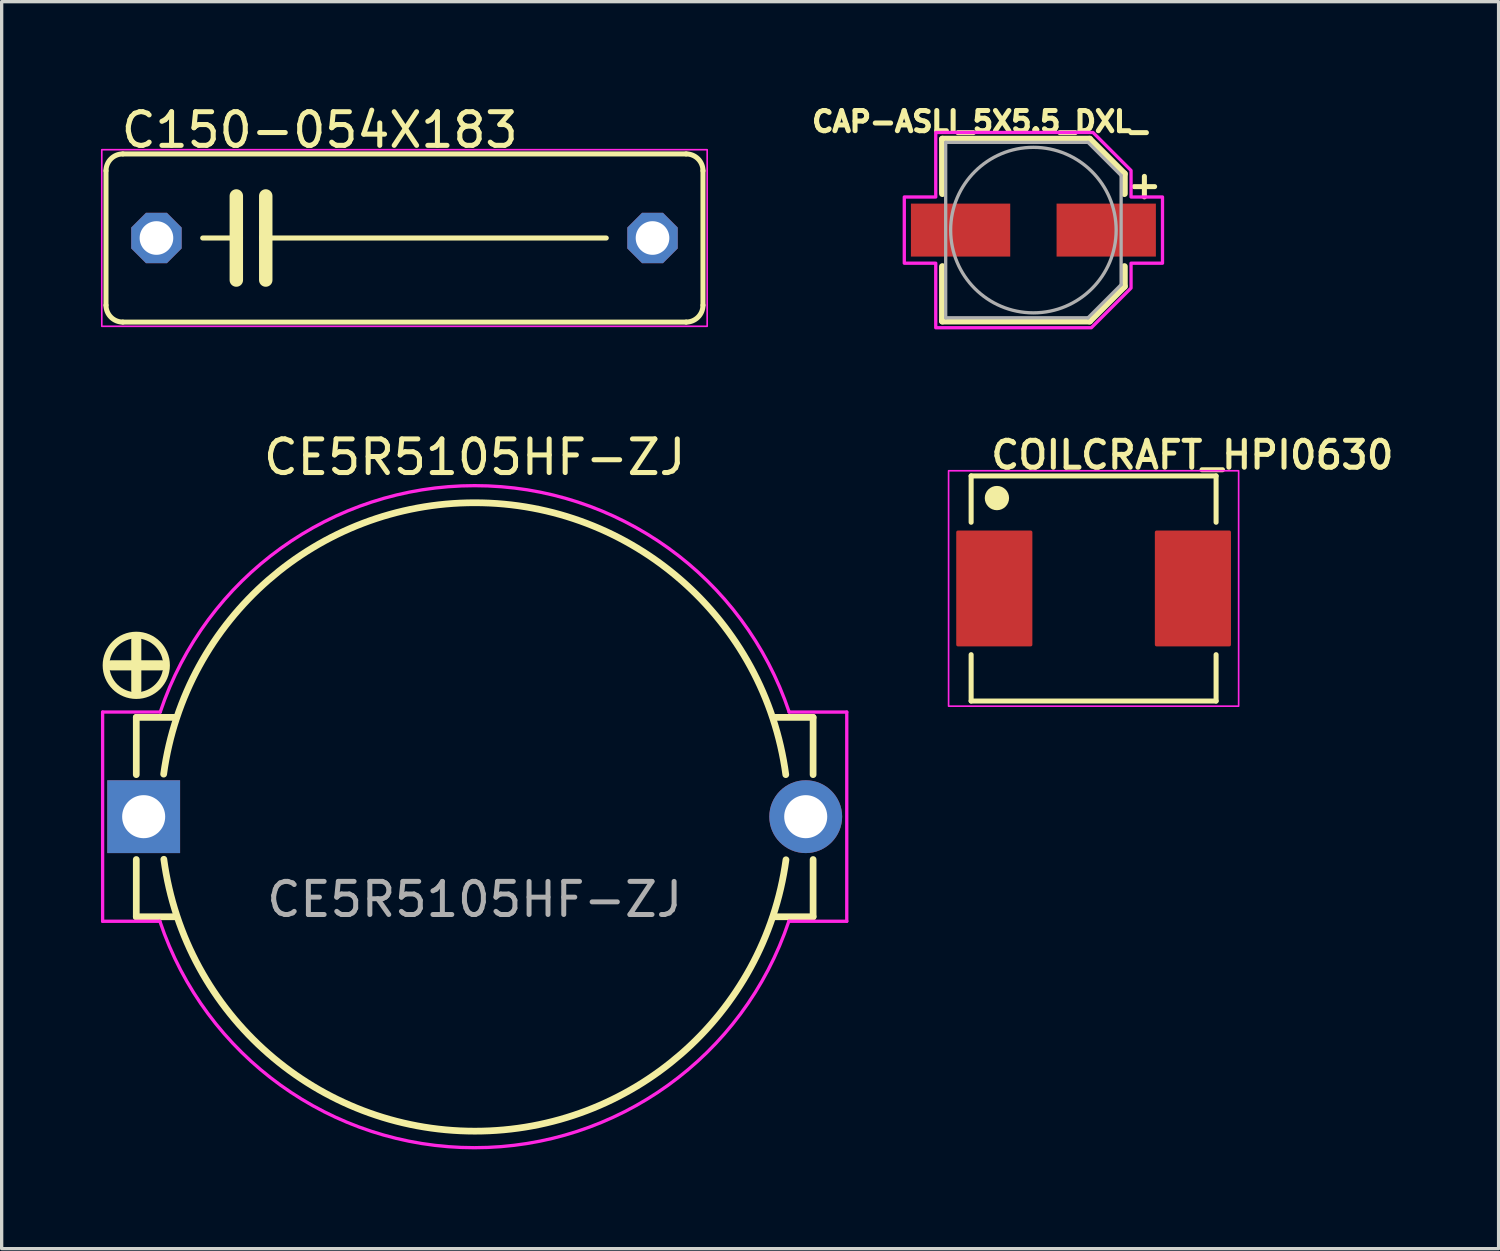
<source format=kicad_pcb>
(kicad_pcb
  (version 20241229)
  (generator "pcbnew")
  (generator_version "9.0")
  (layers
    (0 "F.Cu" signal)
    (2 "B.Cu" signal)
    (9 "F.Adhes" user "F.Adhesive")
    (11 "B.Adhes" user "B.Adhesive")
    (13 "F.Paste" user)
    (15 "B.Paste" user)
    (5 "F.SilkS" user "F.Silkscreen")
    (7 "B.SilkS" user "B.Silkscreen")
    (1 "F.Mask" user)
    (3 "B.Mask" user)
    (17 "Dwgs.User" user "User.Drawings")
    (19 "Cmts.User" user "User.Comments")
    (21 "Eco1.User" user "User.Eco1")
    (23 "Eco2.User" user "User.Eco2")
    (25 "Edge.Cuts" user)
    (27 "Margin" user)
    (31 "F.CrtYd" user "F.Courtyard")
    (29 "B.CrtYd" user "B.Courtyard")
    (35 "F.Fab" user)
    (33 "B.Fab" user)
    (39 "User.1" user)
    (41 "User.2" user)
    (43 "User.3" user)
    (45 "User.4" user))
  (footprint "CE5R5105HF-ZJ"
    (layer "F.Cu")
    (at 11.29 21.621)
    (property "Reference" "CE5R5105HF-ZJ" (at 0 -10.858 0) (unlocked yes) (layer "F.SilkS") (effects (font (size 1.016 1.016) (thickness 0.152))))
    (attr through_hole)
    (fp_line (start -10.223 -5.334) (end -10.223 -3.81) (stroke (width 0.305) (type solid)) (layer "F.SilkS"))
    (fp_line (start -10.223 -3) (end -10.223 -1.27) (stroke (width 0.203) (type default)) (layer "F.SilkS"))
    (fp_line (start -10.223 3.024) (end -10.223 1.294) (stroke (width 0.203) (type default)) (layer "F.SilkS"))
    (fp_line (start -9.461 -4.572) (end -10.986 -4.572) (stroke (width 0.305) (type solid)) (layer "F.SilkS"))
    (fp_line (start -9.017 -3) (end -10.223 -3) (stroke (width 0.203) (type default)) (layer "F.SilkS"))
    (fp_line (start -9.017 3.024) (end -10.223 3.024) (stroke (width 0.203) (type default)) (layer "F.SilkS"))
    (fp_line (start 9.017 -3) (end 10.223 -3) (stroke (width 0.203) (type default)) (layer "F.SilkS"))
    (fp_line (start 9.017 3.024) (end 10.223 3.024) (stroke (width 0.203) (type default)) (layer "F.SilkS"))
    (fp_line (start 10.223 -3) (end 10.223 -1.27) (stroke (width 0.203) (type default)) (layer "F.SilkS"))
    (fp_line (start 10.223 3.024) (end 10.223 1.294) (stroke (width 0.203) (type default)) (layer "F.SilkS"))
    (fp_arc (start -9.395971 -1.284919) (mid 0.007527 -9.483419) (end 9.397999 -1.27) (stroke (width 0.2032) (type default)) (layer "F.SilkS"))
    (fp_arc (start 9.403498 1.3015) (mid -0.000001 9.5) (end -9.390472 1.286581) (stroke (width 0.2032) (type default)) (layer "F.SilkS"))
    (fp_circle (center -10.223 -4.572) (end -9.309 -4.572) (stroke (width 0.203) (type solid)) (fill no) (layer "F.SilkS"))
    (fp_line (start -11.24 -3.161) (end -11.24 3.16) (stroke (width 0.1) (type default)) (layer "F.CrtYd"))
    (fp_line (start -9.51 3.16) (end -11.24 3.16) (stroke (width 0.1) (type default)) (layer "F.CrtYd"))
    (fp_line (start -9.499 -3.161) (end -11.24 -3.161) (stroke (width 0.1) (type default)) (layer "F.CrtYd"))
    (fp_line (start 11.24 -3.16) (end 9.5 -3.16) (stroke (width 0.1) (type default)) (layer "F.CrtYd"))
    (fp_line (start 11.24 -3.16) (end 11.24 3.16) (stroke (width 0.1) (type default)) (layer "F.CrtYd"))
    (fp_line (start 11.24 3.16) (end 9.49 3.16) (stroke (width 0.1) (type default)) (layer "F.CrtYd"))
    (fp_arc (start -9.499443 -3.161422) (mid 0 -10.000044) (end 9.499443 -3.161422) (stroke (width 0.1) (type default)) (layer "F.CrtYd"))
    (fp_arc (start 9.489443 3.161422) (mid -0.01 10.000045) (end -9.509443 3.161422) (stroke (width 0.1) (type default)) (layer "F.CrtYd"))
    (fp_text user "${REFERENCE}" (at 0 2.5 0) (unlocked yes) (layer "F.Fab") (effects (font (size 1 1) (thickness 0.15))))
    (pad "+" thru_hole rect (at -10 0) (size 2.2 2.2) (drill 1.3) (layers "*.Cu" "*.Mask"))
    (pad "-" thru_hole circle (at 10 0) (size 2.2 2.2) (drill 1.3) (layers "*.Cu" "*.Mask")))
  (footprint "C150-054X183"
    (layer "F.Cu")
    (at 9.169 4.14)
    (property "Reference" "C150-054X183" (at -8.636 -2.667 0) (layer "F.SilkS") (effects (font (size 1.016 1.016) (thickness 0.152)) (justify left bottom)))
    (attr through_hole)
    (fp_line (start -9.017 2.032) (end -9.017 -2.032) (stroke (width 0.152) (type solid)) (layer "F.SilkS"))
    (fp_line (start -8.509 -2.54) (end 8.509 -2.54) (stroke (width 0.152) (type solid)) (layer "F.SilkS"))
    (fp_line (start -5.08 -1.27) (end -5.08 0) (stroke (width 0.406) (type solid)) (layer "F.SilkS"))
    (fp_line (start -5.08 0) (end -6.096 0) (stroke (width 0.152) (type solid)) (layer "F.SilkS"))
    (fp_line (start -5.08 0) (end -5.08 1.27) (stroke (width 0.406) (type solid)) (layer "F.SilkS"))
    (fp_line (start -4.191 -1.27) (end -4.191 0) (stroke (width 0.406) (type solid)) (layer "F.SilkS"))
    (fp_line (start -4.191 0) (end -4.191 1.27) (stroke (width 0.406) (type solid)) (layer "F.SilkS"))
    (fp_line (start -4.191 0) (end 6.096 0) (stroke (width 0.152) (type solid)) (layer "F.SilkS"))
    (fp_line (start 8.509 2.54) (end -8.509 2.54) (stroke (width 0.152) (type solid)) (layer "F.SilkS"))
    (fp_line (start 9.017 -2.032) (end 9.017 2.032) (stroke (width 0.152) (type solid)) (layer "F.SilkS"))
    (fp_arc (start -9.017 -2.032) (mid -8.86821 -2.39121) (end -8.509 -2.54) (stroke (width 0.1524) (type solid)) (layer "F.SilkS"))
    (fp_arc (start -8.509 2.54) (mid -8.86821 2.39121) (end -9.017 2.032) (stroke (width 0.1524) (type solid)) (layer "F.SilkS"))
    (fp_arc (start 8.509 -2.54) (mid 8.86821 -2.39121) (end 9.017 -2.032) (stroke (width 0.1524) (type solid)) (layer "F.SilkS"))
    (fp_arc (start 9.017 2.032) (mid 8.86821 2.39121) (end 8.509 2.54) (stroke (width 0.1524) (type solid)) (layer "F.SilkS"))
    (fp_rect (start -9.144 -2.667) (end 9.144 2.667) (stroke (width 0.05) (type default)) (fill no) (layer "F.CrtYd"))
    (pad "1" thru_hole roundrect (at -7.493 0) (size 1.524 1.524) (drill 1.016) (layers "*.Cu" "*.Mask") (roundrect_rratio 0.25) (chamfer_ratio 0.293) (chamfer top_left top_right bottom_left bottom_right))
    (pad "2" thru_hole roundrect (at 7.493 0) (size 1.524 1.524) (drill 1.016) (layers "*.Cu" "*.Mask") (roundrect_rratio 0.25) (chamfer_ratio 0.293) (chamfer top_left top_right bottom_left bottom_right)))
  (footprint "COILCRAFT_HPI0630"
    (layer "F.Cu")
    (at 29.987 14.727)
    (property "Reference" "COILCRAFT_HPI0630" (at -3.175 -3.556 0) (layer "F.SilkS") (effects (font (size 0.813 0.813) (thickness 0.152) (bold yes)) (justify left bottom)))
    (attr smd)
    (fp_line (start -3.7 -3.4) (end -3.7 -2) (stroke (width 0.152) (type solid)) (layer "F.SilkS"))
    (fp_line (start -3.7 -3.4) (end 3.7 -3.4) (stroke (width 0.152) (type solid)) (layer "F.SilkS"))
    (fp_line (start -3.7 2) (end -3.7 3.4) (stroke (width 0.152) (type solid)) (layer "F.SilkS"))
    (fp_line (start -3.7 3.4) (end 3.7 3.4) (stroke (width 0.152) (type solid)) (layer "F.SilkS"))
    (fp_line (start 3.7 -3.4) (end 3.7 -2) (stroke (width 0.152) (type solid)) (layer "F.SilkS"))
    (fp_line (start 3.7 2) (end 3.7 3.4) (stroke (width 0.152) (type solid)) (layer "F.SilkS"))
    (fp_circle (center -2.921 -2.731) (end -2.579 -2.731) (stroke (width 0.05) (type solid)) (fill yes) (layer "F.SilkS"))
    (fp_rect (start -4.381 -3.556) (end 4.381 3.556) (stroke (width 0.05) (type default)) (fill no) (layer "F.CrtYd"))
    (pad "1" smd roundrect (at -3 0 90) (size 3.5 2.3) (layers "F.Cu" "F.Mask" "F.Paste") (roundrect_rratio 0.022))
    (pad "2" smd roundrect (at 3 0 90) (size 3.5 2.3) (layers "F.Cu" "F.Mask" "F.Paste") (roundrect_rratio 0.022)))
  (footprint "CAP-ASLI_5X5.5_DXL_"
    (layer "F.Cu")
    (at 28.168 3.901)
    (property "Reference" "CAP-ASLI_5X5.5_DXL_" (at -1.626 -3.277 0) (layer "F.SilkS") (effects (font (size 0.61 0.61) (thickness 0.152) (bold yes))))
    (attr smd)
    (fp_line (start -2.75 -2.75) (end -2.75 -1.1) (stroke (width 0.2) (type solid)) (layer "F.SilkS"))
    (fp_line (start -2.75 -2.75) (end 1.7 -2.75) (stroke (width 0.2) (type solid)) (layer "F.SilkS"))
    (fp_line (start -2.75 2.75) (end -2.75 1.1) (stroke (width 0.2) (type solid)) (layer "F.SilkS"))
    (fp_line (start -2.75 2.75) (end 1.7 2.75) (stroke (width 0.2) (type solid)) (layer "F.SilkS"))
    (fp_line (start 1.7 -2.75) (end 2.75 -1.7) (stroke (width 0.2) (type solid)) (layer "F.SilkS"))
    (fp_line (start 1.7 2.75) (end 2.75 1.7) (stroke (width 0.2) (type solid)) (layer "F.SilkS"))
    (fp_line (start 2.75 -1.7) (end 2.75 -1.1) (stroke (width 0.2) (type solid)) (layer "F.SilkS"))
    (fp_line (start 2.75 1.7) (end 2.75 1.1) (stroke (width 0.2) (type solid)) (layer "F.SilkS"))
    (fp_poly (pts (xy -2.95 -2.95) (xy -2.95 -1) (xy -3.9 -1) (xy -3.9 1) (xy -2.95 1) (xy -2.95 2.95) (xy 1.75 2.95) (xy 2.95 1.75) (xy 2.95 1) (xy 3.9 1) (xy 3.9 -1) (xy 2.95 -1) (xy 2.95 -1.8) (xy 1.8 -2.95)) (stroke (width 0.1) (type solid)) (fill no) (layer "F.CrtYd"))
    (fp_line (start -2.65 -2.65) (end -2.65 2.65) (stroke (width 0.1) (type solid)) (layer "F.Fab"))
    (fp_line (start -2.65 2.65) (end 1.65 2.65) (stroke (width 0.1) (type solid)) (layer "F.Fab"))
    (fp_line (start 1.65 -2.65) (end -2.65 -2.65) (stroke (width 0.1) (type solid)) (layer "F.Fab"))
    (fp_line (start 1.65 2.65) (end 2.65 1.65) (stroke (width 0.1) (type solid)) (layer "F.Fab"))
    (fp_line (start 2.65 -1.65) (end 1.65 -2.65) (stroke (width 0.1) (type solid)) (layer "F.Fab"))
    (fp_line (start 2.65 1.65) (end 2.65 -1.65) (stroke (width 0.1) (type solid)) (layer "F.Fab"))
    (fp_circle (center 0 0) (end 2.5 0) (stroke (width 0.1) (type solid)) (fill no) (layer "F.Fab"))
    (fp_text user "+" (at 3.353 -1.372 0) (layer "F.SilkS") (effects (font (size 0.813 0.813) (thickness 0.152) (bold yes))))
    (pad "+" smd rect (at 2.2 0) (size 3 1.6) (layers "F.Cu" "F.Mask" "F.Paste"))
    (pad "-" smd rect (at -2.2 0) (size 3 1.6) (layers "F.Cu" "F.Mask" "F.Paste")))
  (gr_rect
    (start -3 -3)
    (end 42.221 34.671)
    (stroke (width 0.1) (type default))
    (fill no)
    (layer "Edge.Cuts")))
</source>
